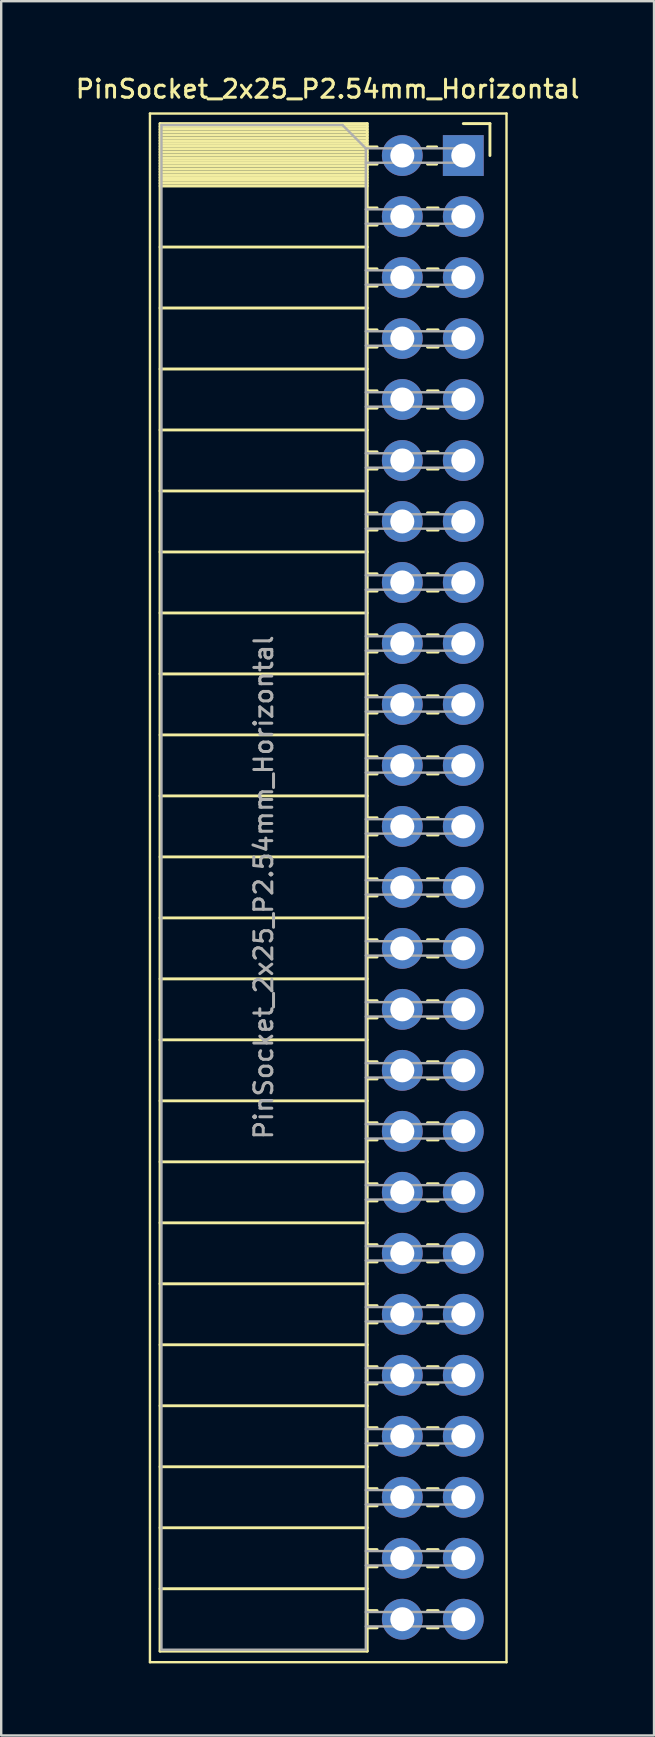
<source format=kicad_pcb>
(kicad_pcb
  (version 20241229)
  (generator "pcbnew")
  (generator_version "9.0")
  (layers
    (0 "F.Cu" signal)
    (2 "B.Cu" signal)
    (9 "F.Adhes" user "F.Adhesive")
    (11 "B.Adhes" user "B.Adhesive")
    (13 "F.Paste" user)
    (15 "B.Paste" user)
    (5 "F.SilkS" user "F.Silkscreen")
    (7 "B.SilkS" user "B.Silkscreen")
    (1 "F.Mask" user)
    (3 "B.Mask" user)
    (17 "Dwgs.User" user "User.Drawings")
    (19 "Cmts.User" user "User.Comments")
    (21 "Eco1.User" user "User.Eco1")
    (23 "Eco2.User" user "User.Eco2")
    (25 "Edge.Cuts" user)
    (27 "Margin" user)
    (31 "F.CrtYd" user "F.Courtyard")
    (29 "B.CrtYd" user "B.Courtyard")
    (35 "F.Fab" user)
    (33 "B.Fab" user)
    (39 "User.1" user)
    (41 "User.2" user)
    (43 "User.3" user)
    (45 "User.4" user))
  (footprint "PinSocket_2x25_P2.54mm_Horizontal"
    (layer "F.Cu")
    (at 16.245 3.428)
    (property "Reference" "PinSocket_2x25_P2.54mm_Horizontal" (at -5.65 -2.77 0) (layer "F.SilkS") (effects (font (size 0.75 0.75) (thickness 0.125))))
    (attr through_hole)
    (fp_line (start -13.05 -1.75) (end -13.05 62.75) (stroke (width 0.1) (type solid)) (layer "F.SilkS"))
    (fp_line (start -13.05 62.75) (end 1.8 62.75) (stroke (width 0.1) (type solid)) (layer "F.SilkS"))
    (fp_line (start -12.63 -1.33) (end -12.63 62.29) (stroke (width 0.12) (type solid)) (layer "F.SilkS"))
    (fp_line (start -12.63 -1.33) (end -4 -1.33) (stroke (width 0.12) (type solid)) (layer "F.SilkS"))
    (fp_line (start -12.63 -1.21) (end -4 -1.21) (stroke (width 0.12) (type solid)) (layer "F.SilkS"))
    (fp_line (start -12.63 -1.092) (end -4 -1.092) (stroke (width 0.12) (type solid)) (layer "F.SilkS"))
    (fp_line (start -12.63 -0.974) (end -4 -0.974) (stroke (width 0.12) (type solid)) (layer "F.SilkS"))
    (fp_line (start -12.63 -0.856) (end -4 -0.856) (stroke (width 0.12) (type solid)) (layer "F.SilkS"))
    (fp_line (start -12.63 -0.738) (end -4 -0.738) (stroke (width 0.12) (type solid)) (layer "F.SilkS"))
    (fp_line (start -12.63 -0.62) (end -4 -0.62) (stroke (width 0.12) (type solid)) (layer "F.SilkS"))
    (fp_line (start -12.63 -0.501) (end -4 -0.501) (stroke (width 0.12) (type solid)) (layer "F.SilkS"))
    (fp_line (start -12.63 -0.383) (end -4 -0.383) (stroke (width 0.12) (type solid)) (layer "F.SilkS"))
    (fp_line (start -12.63 -0.265) (end -4 -0.265) (stroke (width 0.12) (type solid)) (layer "F.SilkS"))
    (fp_line (start -12.63 -0.147) (end -4 -0.147) (stroke (width 0.12) (type solid)) (layer "F.SilkS"))
    (fp_line (start -12.63 -0.029) (end -4 -0.029) (stroke (width 0.12) (type solid)) (layer "F.SilkS"))
    (fp_line (start -12.63 0.089) (end -4 0.089) (stroke (width 0.12) (type solid)) (layer "F.SilkS"))
    (fp_line (start -12.63 0.207) (end -4 0.207) (stroke (width 0.12) (type solid)) (layer "F.SilkS"))
    (fp_line (start -12.63 0.325) (end -4 0.325) (stroke (width 0.12) (type solid)) (layer "F.SilkS"))
    (fp_line (start -12.63 0.443) (end -4 0.443) (stroke (width 0.12) (type solid)) (layer "F.SilkS"))
    (fp_line (start -12.63 0.561) (end -4 0.561) (stroke (width 0.12) (type solid)) (layer "F.SilkS"))
    (fp_line (start -12.63 0.68) (end -4 0.68) (stroke (width 0.12) (type solid)) (layer "F.SilkS"))
    (fp_line (start -12.63 0.798) (end -4 0.798) (stroke (width 0.12) (type solid)) (layer "F.SilkS"))
    (fp_line (start -12.63 0.916) (end -4 0.916) (stroke (width 0.12) (type solid)) (layer "F.SilkS"))
    (fp_line (start -12.63 1.034) (end -4 1.034) (stroke (width 0.12) (type solid)) (layer "F.SilkS"))
    (fp_line (start -12.63 1.152) (end -4 1.152) (stroke (width 0.12) (type solid)) (layer "F.SilkS"))
    (fp_line (start -12.63 1.27) (end -4 1.27) (stroke (width 0.12) (type solid)) (layer "F.SilkS"))
    (fp_line (start -12.63 3.81) (end -4 3.81) (stroke (width 0.12) (type solid)) (layer "F.SilkS"))
    (fp_line (start -12.63 6.35) (end -4 6.35) (stroke (width 0.12) (type solid)) (layer "F.SilkS"))
    (fp_line (start -12.63 8.89) (end -4 8.89) (stroke (width 0.12) (type solid)) (layer "F.SilkS"))
    (fp_line (start -12.63 11.43) (end -4 11.43) (stroke (width 0.12) (type solid)) (layer "F.SilkS"))
    (fp_line (start -12.63 13.97) (end -4 13.97) (stroke (width 0.12) (type solid)) (layer "F.SilkS"))
    (fp_line (start -12.63 16.51) (end -4 16.51) (stroke (width 0.12) (type solid)) (layer "F.SilkS"))
    (fp_line (start -12.63 19.05) (end -4 19.05) (stroke (width 0.12) (type solid)) (layer "F.SilkS"))
    (fp_line (start -12.63 21.59) (end -4 21.59) (stroke (width 0.12) (type solid)) (layer "F.SilkS"))
    (fp_line (start -12.63 24.13) (end -4 24.13) (stroke (width 0.12) (type solid)) (layer "F.SilkS"))
    (fp_line (start -12.63 26.67) (end -4 26.67) (stroke (width 0.12) (type solid)) (layer "F.SilkS"))
    (fp_line (start -12.63 29.21) (end -4 29.21) (stroke (width 0.12) (type solid)) (layer "F.SilkS"))
    (fp_line (start -12.63 31.75) (end -4 31.75) (stroke (width 0.12) (type solid)) (layer "F.SilkS"))
    (fp_line (start -12.63 34.29) (end -4 34.29) (stroke (width 0.12) (type solid)) (layer "F.SilkS"))
    (fp_line (start -12.63 36.83) (end -4 36.83) (stroke (width 0.12) (type solid)) (layer "F.SilkS"))
    (fp_line (start -12.63 39.37) (end -4 39.37) (stroke (width 0.12) (type solid)) (layer "F.SilkS"))
    (fp_line (start -12.63 41.91) (end -4 41.91) (stroke (width 0.12) (type solid)) (layer "F.SilkS"))
    (fp_line (start -12.63 44.45) (end -4 44.45) (stroke (width 0.12) (type solid)) (layer "F.SilkS"))
    (fp_line (start -12.63 46.99) (end -4 46.99) (stroke (width 0.12) (type solid)) (layer "F.SilkS"))
    (fp_line (start -12.63 49.53) (end -4 49.53) (stroke (width 0.12) (type solid)) (layer "F.SilkS"))
    (fp_line (start -12.63 52.07) (end -4 52.07) (stroke (width 0.12) (type solid)) (layer "F.SilkS"))
    (fp_line (start -12.63 54.61) (end -4 54.61) (stroke (width 0.12) (type solid)) (layer "F.SilkS"))
    (fp_line (start -12.63 57.15) (end -4 57.15) (stroke (width 0.12) (type solid)) (layer "F.SilkS"))
    (fp_line (start -12.63 59.69) (end -4 59.69) (stroke (width 0.12) (type solid)) (layer "F.SilkS"))
    (fp_line (start -12.63 62.29) (end -4 62.29) (stroke (width 0.12) (type solid)) (layer "F.SilkS"))
    (fp_line (start -4 -1.33) (end -4 62.29) (stroke (width 0.12) (type solid)) (layer "F.SilkS"))
    (fp_line (start -4 -0.36) (end -3.59 -0.36) (stroke (width 0.12) (type solid)) (layer "F.SilkS"))
    (fp_line (start -4 0.36) (end -3.59 0.36) (stroke (width 0.12) (type solid)) (layer "F.SilkS"))
    (fp_line (start -4 2.18) (end -3.59 2.18) (stroke (width 0.12) (type solid)) (layer "F.SilkS"))
    (fp_line (start -4 2.9) (end -3.59 2.9) (stroke (width 0.12) (type solid)) (layer "F.SilkS"))
    (fp_line (start -4 4.72) (end -3.59 4.72) (stroke (width 0.12) (type solid)) (layer "F.SilkS"))
    (fp_line (start -4 5.44) (end -3.59 5.44) (stroke (width 0.12) (type solid)) (layer "F.SilkS"))
    (fp_line (start -4 7.26) (end -3.59 7.26) (stroke (width 0.12) (type solid)) (layer "F.SilkS"))
    (fp_line (start -4 7.98) (end -3.59 7.98) (stroke (width 0.12) (type solid)) (layer "F.SilkS"))
    (fp_line (start -4 9.8) (end -3.59 9.8) (stroke (width 0.12) (type solid)) (layer "F.SilkS"))
    (fp_line (start -4 10.52) (end -3.59 10.52) (stroke (width 0.12) (type solid)) (layer "F.SilkS"))
    (fp_line (start -4 12.34) (end -3.59 12.34) (stroke (width 0.12) (type solid)) (layer "F.SilkS"))
    (fp_line (start -4 13.06) (end -3.59 13.06) (stroke (width 0.12) (type solid)) (layer "F.SilkS"))
    (fp_line (start -4 14.88) (end -3.59 14.88) (stroke (width 0.12) (type solid)) (layer "F.SilkS"))
    (fp_line (start -4 15.6) (end -3.59 15.6) (stroke (width 0.12) (type solid)) (layer "F.SilkS"))
    (fp_line (start -4 17.42) (end -3.59 17.42) (stroke (width 0.12) (type solid)) (layer "F.SilkS"))
    (fp_line (start -4 18.14) (end -3.59 18.14) (stroke (width 0.12) (type solid)) (layer "F.SilkS"))
    (fp_line (start -4 19.96) (end -3.59 19.96) (stroke (width 0.12) (type solid)) (layer "F.SilkS"))
    (fp_line (start -4 20.68) (end -3.59 20.68) (stroke (width 0.12) (type solid)) (layer "F.SilkS"))
    (fp_line (start -4 22.5) (end -3.59 22.5) (stroke (width 0.12) (type solid)) (layer "F.SilkS"))
    (fp_line (start -4 23.22) (end -3.59 23.22) (stroke (width 0.12) (type solid)) (layer "F.SilkS"))
    (fp_line (start -4 25.04) (end -3.59 25.04) (stroke (width 0.12) (type solid)) (layer "F.SilkS"))
    (fp_line (start -4 25.76) (end -3.59 25.76) (stroke (width 0.12) (type solid)) (layer "F.SilkS"))
    (fp_line (start -4 27.58) (end -3.59 27.58) (stroke (width 0.12) (type solid)) (layer "F.SilkS"))
    (fp_line (start -4 28.3) (end -3.59 28.3) (stroke (width 0.12) (type solid)) (layer "F.SilkS"))
    (fp_line (start -4 30.12) (end -3.59 30.12) (stroke (width 0.12) (type solid)) (layer "F.SilkS"))
    (fp_line (start -4 30.84) (end -3.59 30.84) (stroke (width 0.12) (type solid)) (layer "F.SilkS"))
    (fp_line (start -4 32.66) (end -3.59 32.66) (stroke (width 0.12) (type solid)) (layer "F.SilkS"))
    (fp_line (start -4 33.38) (end -3.59 33.38) (stroke (width 0.12) (type solid)) (layer "F.SilkS"))
    (fp_line (start -4 35.2) (end -3.59 35.2) (stroke (width 0.12) (type solid)) (layer "F.SilkS"))
    (fp_line (start -4 35.92) (end -3.59 35.92) (stroke (width 0.12) (type solid)) (layer "F.SilkS"))
    (fp_line (start -4 37.74) (end -3.59 37.74) (stroke (width 0.12) (type solid)) (layer "F.SilkS"))
    (fp_line (start -4 38.46) (end -3.59 38.46) (stroke (width 0.12) (type solid)) (layer "F.SilkS"))
    (fp_line (start -4 40.28) (end -3.59 40.28) (stroke (width 0.12) (type solid)) (layer "F.SilkS"))
    (fp_line (start -4 41) (end -3.59 41) (stroke (width 0.12) (type solid)) (layer "F.SilkS"))
    (fp_line (start -4 42.82) (end -3.59 42.82) (stroke (width 0.12) (type solid)) (layer "F.SilkS"))
    (fp_line (start -4 43.54) (end -3.59 43.54) (stroke (width 0.12) (type solid)) (layer "F.SilkS"))
    (fp_line (start -4 45.36) (end -3.59 45.36) (stroke (width 0.12) (type solid)) (layer "F.SilkS"))
    (fp_line (start -4 46.08) (end -3.59 46.08) (stroke (width 0.12) (type solid)) (layer "F.SilkS"))
    (fp_line (start -4 47.9) (end -3.59 47.9) (stroke (width 0.12) (type solid)) (layer "F.SilkS"))
    (fp_line (start -4 48.62) (end -3.59 48.62) (stroke (width 0.12) (type solid)) (layer "F.SilkS"))
    (fp_line (start -4 50.44) (end -3.59 50.44) (stroke (width 0.12) (type solid)) (layer "F.SilkS"))
    (fp_line (start -4 51.16) (end -3.59 51.16) (stroke (width 0.12) (type solid)) (layer "F.SilkS"))
    (fp_line (start -4 52.98) (end -3.59 52.98) (stroke (width 0.12) (type solid)) (layer "F.SilkS"))
    (fp_line (start -4 53.7) (end -3.59 53.7) (stroke (width 0.12) (type solid)) (layer "F.SilkS"))
    (fp_line (start -4 55.52) (end -3.59 55.52) (stroke (width 0.12) (type solid)) (layer "F.SilkS"))
    (fp_line (start -4 56.24) (end -3.59 56.24) (stroke (width 0.12) (type solid)) (layer "F.SilkS"))
    (fp_line (start -4 58.06) (end -3.59 58.06) (stroke (width 0.12) (type solid)) (layer "F.SilkS"))
    (fp_line (start -4 58.78) (end -3.59 58.78) (stroke (width 0.12) (type solid)) (layer "F.SilkS"))
    (fp_line (start -4 60.6) (end -3.59 60.6) (stroke (width 0.12) (type solid)) (layer "F.SilkS"))
    (fp_line (start -4 61.32) (end -3.59 61.32) (stroke (width 0.12) (type solid)) (layer "F.SilkS"))
    (fp_line (start -1.49 -0.36) (end -1.11 -0.36) (stroke (width 0.12) (type solid)) (layer "F.SilkS"))
    (fp_line (start -1.49 0.36) (end -1.11 0.36) (stroke (width 0.12) (type solid)) (layer "F.SilkS"))
    (fp_line (start -1.49 2.18) (end -1.05 2.18) (stroke (width 0.12) (type solid)) (layer "F.SilkS"))
    (fp_line (start -1.49 2.9) (end -1.05 2.9) (stroke (width 0.12) (type solid)) (layer "F.SilkS"))
    (fp_line (start -1.49 4.72) (end -1.05 4.72) (stroke (width 0.12) (type solid)) (layer "F.SilkS"))
    (fp_line (start -1.49 5.44) (end -1.05 5.44) (stroke (width 0.12) (type solid)) (layer "F.SilkS"))
    (fp_line (start -1.49 7.26) (end -1.05 7.26) (stroke (width 0.12) (type solid)) (layer "F.SilkS"))
    (fp_line (start -1.49 7.98) (end -1.05 7.98) (stroke (width 0.12) (type solid)) (layer "F.SilkS"))
    (fp_line (start -1.49 9.8) (end -1.05 9.8) (stroke (width 0.12) (type solid)) (layer "F.SilkS"))
    (fp_line (start -1.49 10.52) (end -1.05 10.52) (stroke (width 0.12) (type solid)) (layer "F.SilkS"))
    (fp_line (start -1.49 12.34) (end -1.05 12.34) (stroke (width 0.12) (type solid)) (layer "F.SilkS"))
    (fp_line (start -1.49 13.06) (end -1.05 13.06) (stroke (width 0.12) (type solid)) (layer "F.SilkS"))
    (fp_line (start -1.49 14.88) (end -1.05 14.88) (stroke (width 0.12) (type solid)) (layer "F.SilkS"))
    (fp_line (start -1.49 15.6) (end -1.05 15.6) (stroke (width 0.12) (type solid)) (layer "F.SilkS"))
    (fp_line (start -1.49 17.42) (end -1.05 17.42) (stroke (width 0.12) (type solid)) (layer "F.SilkS"))
    (fp_line (start -1.49 18.14) (end -1.05 18.14) (stroke (width 0.12) (type solid)) (layer "F.SilkS"))
    (fp_line (start -1.49 19.96) (end -1.05 19.96) (stroke (width 0.12) (type solid)) (layer "F.SilkS"))
    (fp_line (start -1.49 20.68) (end -1.05 20.68) (stroke (width 0.12) (type solid)) (layer "F.SilkS"))
    (fp_line (start -1.49 22.5) (end -1.05 22.5) (stroke (width 0.12) (type solid)) (layer "F.SilkS"))
    (fp_line (start -1.49 23.22) (end -1.05 23.22) (stroke (width 0.12) (type solid)) (layer "F.SilkS"))
    (fp_line (start -1.49 25.04) (end -1.05 25.04) (stroke (width 0.12) (type solid)) (layer "F.SilkS"))
    (fp_line (start -1.49 25.76) (end -1.05 25.76) (stroke (width 0.12) (type solid)) (layer "F.SilkS"))
    (fp_line (start -1.49 27.58) (end -1.05 27.58) (stroke (width 0.12) (type solid)) (layer "F.SilkS"))
    (fp_line (start -1.49 28.3) (end -1.05 28.3) (stroke (width 0.12) (type solid)) (layer "F.SilkS"))
    (fp_line (start -1.49 30.12) (end -1.05 30.12) (stroke (width 0.12) (type solid)) (layer "F.SilkS"))
    (fp_line (start -1.49 30.84) (end -1.05 30.84) (stroke (width 0.12) (type solid)) (layer "F.SilkS"))
    (fp_line (start -1.49 32.66) (end -1.05 32.66) (stroke (width 0.12) (type solid)) (layer "F.SilkS"))
    (fp_line (start -1.49 33.38) (end -1.05 33.38) (stroke (width 0.12) (type solid)) (layer "F.SilkS"))
    (fp_line (start -1.49 35.2) (end -1.05 35.2) (stroke (width 0.12) (type solid)) (layer "F.SilkS"))
    (fp_line (start -1.49 35.92) (end -1.05 35.92) (stroke (width 0.12) (type solid)) (layer "F.SilkS"))
    (fp_line (start -1.49 37.74) (end -1.05 37.74) (stroke (width 0.12) (type solid)) (layer "F.SilkS"))
    (fp_line (start -1.49 38.46) (end -1.05 38.46) (stroke (width 0.12) (type solid)) (layer "F.SilkS"))
    (fp_line (start -1.49 40.28) (end -1.05 40.28) (stroke (width 0.12) (type solid)) (layer "F.SilkS"))
    (fp_line (start -1.49 41) (end -1.05 41) (stroke (width 0.12) (type solid)) (layer "F.SilkS"))
    (fp_line (start -1.49 42.82) (end -1.05 42.82) (stroke (width 0.12) (type solid)) (layer "F.SilkS"))
    (fp_line (start -1.49 43.54) (end -1.05 43.54) (stroke (width 0.12) (type solid)) (layer "F.SilkS"))
    (fp_line (start -1.49 45.36) (end -1.05 45.36) (stroke (width 0.12) (type solid)) (layer "F.SilkS"))
    (fp_line (start -1.49 46.08) (end -1.05 46.08) (stroke (width 0.12) (type solid)) (layer "F.SilkS"))
    (fp_line (start -1.49 47.9) (end -1.05 47.9) (stroke (width 0.12) (type solid)) (layer "F.SilkS"))
    (fp_line (start -1.49 48.62) (end -1.05 48.62) (stroke (width 0.12) (type solid)) (layer "F.SilkS"))
    (fp_line (start -1.49 50.44) (end -1.05 50.44) (stroke (width 0.12) (type solid)) (layer "F.SilkS"))
    (fp_line (start -1.49 51.16) (end -1.05 51.16) (stroke (width 0.12) (type solid)) (layer "F.SilkS"))
    (fp_line (start -1.49 52.98) (end -1.05 52.98) (stroke (width 0.12) (type solid)) (layer "F.SilkS"))
    (fp_line (start -1.49 53.7) (end -1.05 53.7) (stroke (width 0.12) (type solid)) (layer "F.SilkS"))
    (fp_line (start -1.49 55.52) (end -1.05 55.52) (stroke (width 0.12) (type solid)) (layer "F.SilkS"))
    (fp_line (start -1.49 56.24) (end -1.05 56.24) (stroke (width 0.12) (type solid)) (layer "F.SilkS"))
    (fp_line (start -1.49 58.06) (end -1.05 58.06) (stroke (width 0.12) (type solid)) (layer "F.SilkS"))
    (fp_line (start -1.49 58.78) (end -1.05 58.78) (stroke (width 0.12) (type solid)) (layer "F.SilkS"))
    (fp_line (start -1.49 60.6) (end -1.05 60.6) (stroke (width 0.12) (type solid)) (layer "F.SilkS"))
    (fp_line (start -1.49 61.32) (end -1.05 61.32) (stroke (width 0.12) (type solid)) (layer "F.SilkS"))
    (fp_line (start 0 -1.33) (end 1.11 -1.33) (stroke (width 0.12) (type solid)) (layer "F.SilkS"))
    (fp_line (start 1.11 -1.33) (end 1.11 0) (stroke (width 0.12) (type solid)) (layer "F.SilkS"))
    (fp_line (start 1.8 -1.75) (end -13.05 -1.75) (stroke (width 0.1) (type solid)) (layer "F.SilkS"))
    (fp_line (start 1.8 62.75) (end 1.8 -1.75) (stroke (width 0.1) (type solid)) (layer "F.SilkS"))
    (fp_line (start -12.57 -1.27) (end -5.03 -1.27) (stroke (width 0.1) (type solid)) (layer "F.Fab"))
    (fp_line (start -12.57 62.23) (end -12.57 -1.27) (stroke (width 0.1) (type solid)) (layer "F.Fab"))
    (fp_line (start -5.03 -1.27) (end -4.06 -0.3) (stroke (width 0.1) (type solid)) (layer "F.Fab"))
    (fp_line (start -4.06 -0.3) (end -4.06 62.23) (stroke (width 0.1) (type solid)) (layer "F.Fab"))
    (fp_line (start -4.06 0.3) (end 0 0.3) (stroke (width 0.1) (type solid)) (layer "F.Fab"))
    (fp_line (start -4.06 2.84) (end 0 2.84) (stroke (width 0.1) (type solid)) (layer "F.Fab"))
    (fp_line (start -4.06 5.38) (end 0 5.38) (stroke (width 0.1) (type solid)) (layer "F.Fab"))
    (fp_line (start -4.06 7.92) (end 0 7.92) (stroke (width 0.1) (type solid)) (layer "F.Fab"))
    (fp_line (start -4.06 10.46) (end 0 10.46) (stroke (width 0.1) (type solid)) (layer "F.Fab"))
    (fp_line (start -4.06 13) (end 0 13) (stroke (width 0.1) (type solid)) (layer "F.Fab"))
    (fp_line (start -4.06 15.54) (end 0 15.54) (stroke (width 0.1) (type solid)) (layer "F.Fab"))
    (fp_line (start -4.06 18.08) (end 0 18.08) (stroke (width 0.1) (type solid)) (layer "F.Fab"))
    (fp_line (start -4.06 20.62) (end 0 20.62) (stroke (width 0.1) (type solid)) (layer "F.Fab"))
    (fp_line (start -4.06 23.16) (end 0 23.16) (stroke (width 0.1) (type solid)) (layer "F.Fab"))
    (fp_line (start -4.06 25.7) (end 0 25.7) (stroke (width 0.1) (type solid)) (layer "F.Fab"))
    (fp_line (start -4.06 28.24) (end 0 28.24) (stroke (width 0.1) (type solid)) (layer "F.Fab"))
    (fp_line (start -4.06 30.78) (end 0 30.78) (stroke (width 0.1) (type solid)) (layer "F.Fab"))
    (fp_line (start -4.06 33.32) (end 0 33.32) (stroke (width 0.1) (type solid)) (layer "F.Fab"))
    (fp_line (start -4.06 35.86) (end 0 35.86) (stroke (width 0.1) (type solid)) (layer "F.Fab"))
    (fp_line (start -4.06 38.4) (end 0 38.4) (stroke (width 0.1) (type solid)) (layer "F.Fab"))
    (fp_line (start -4.06 40.94) (end 0 40.94) (stroke (width 0.1) (type solid)) (layer "F.Fab"))
    (fp_line (start -4.06 43.48) (end 0 43.48) (stroke (width 0.1) (type solid)) (layer "F.Fab"))
    (fp_line (start -4.06 46.02) (end 0 46.02) (stroke (width 0.1) (type solid)) (layer "F.Fab"))
    (fp_line (start -4.06 48.56) (end 0 48.56) (stroke (width 0.1) (type solid)) (layer "F.Fab"))
    (fp_line (start -4.06 51.1) (end 0 51.1) (stroke (width 0.1) (type solid)) (layer "F.Fab"))
    (fp_line (start -4.06 53.64) (end 0 53.64) (stroke (width 0.1) (type solid)) (layer "F.Fab"))
    (fp_line (start -4.06 56.18) (end 0 56.18) (stroke (width 0.1) (type solid)) (layer "F.Fab"))
    (fp_line (start -4.06 58.72) (end 0 58.72) (stroke (width 0.1) (type solid)) (layer "F.Fab"))
    (fp_line (start -4.06 61.26) (end 0 61.26) (stroke (width 0.1) (type solid)) (layer "F.Fab"))
    (fp_line (start -4.06 62.23) (end -12.57 62.23) (stroke (width 0.1) (type solid)) (layer "F.Fab"))
    (fp_line (start 0 -0.3) (end -4.06 -0.3) (stroke (width 0.1) (type solid)) (layer "F.Fab"))
    (fp_line (start 0 0.3) (end 0 -0.3) (stroke (width 0.1) (type solid)) (layer "F.Fab"))
    (fp_line (start 0 2.24) (end -4.06 2.24) (stroke (width 0.1) (type solid)) (layer "F.Fab"))
    (fp_line (start 0 2.84) (end 0 2.24) (stroke (width 0.1) (type solid)) (layer "F.Fab"))
    (fp_line (start 0 4.78) (end -4.06 4.78) (stroke (width 0.1) (type solid)) (layer "F.Fab"))
    (fp_line (start 0 5.38) (end 0 4.78) (stroke (width 0.1) (type solid)) (layer "F.Fab"))
    (fp_line (start 0 7.32) (end -4.06 7.32) (stroke (width 0.1) (type solid)) (layer "F.Fab"))
    (fp_line (start 0 7.92) (end 0 7.32) (stroke (width 0.1) (type solid)) (layer "F.Fab"))
    (fp_line (start 0 9.86) (end -4.06 9.86) (stroke (width 0.1) (type solid)) (layer "F.Fab"))
    (fp_line (start 0 10.46) (end 0 9.86) (stroke (width 0.1) (type solid)) (layer "F.Fab"))
    (fp_line (start 0 12.4) (end -4.06 12.4) (stroke (width 0.1) (type solid)) (layer "F.Fab"))
    (fp_line (start 0 13) (end 0 12.4) (stroke (width 0.1) (type solid)) (layer "F.Fab"))
    (fp_line (start 0 14.94) (end -4.06 14.94) (stroke (width 0.1) (type solid)) (layer "F.Fab"))
    (fp_line (start 0 15.54) (end 0 14.94) (stroke (width 0.1) (type solid)) (layer "F.Fab"))
    (fp_line (start 0 17.48) (end -4.06 17.48) (stroke (width 0.1) (type solid)) (layer "F.Fab"))
    (fp_line (start 0 18.08) (end 0 17.48) (stroke (width 0.1) (type solid)) (layer "F.Fab"))
    (fp_line (start 0 20.02) (end -4.06 20.02) (stroke (width 0.1) (type solid)) (layer "F.Fab"))
    (fp_line (start 0 20.62) (end 0 20.02) (stroke (width 0.1) (type solid)) (layer "F.Fab"))
    (fp_line (start 0 22.56) (end -4.06 22.56) (stroke (width 0.1) (type solid)) (layer "F.Fab"))
    (fp_line (start 0 23.16) (end 0 22.56) (stroke (width 0.1) (type solid)) (layer "F.Fab"))
    (fp_line (start 0 25.1) (end -4.06 25.1) (stroke (width 0.1) (type solid)) (layer "F.Fab"))
    (fp_line (start 0 25.7) (end 0 25.1) (stroke (width 0.1) (type solid)) (layer "F.Fab"))
    (fp_line (start 0 27.64) (end -4.06 27.64) (stroke (width 0.1) (type solid)) (layer "F.Fab"))
    (fp_line (start 0 28.24) (end 0 27.64) (stroke (width 0.1) (type solid)) (layer "F.Fab"))
    (fp_line (start 0 30.18) (end -4.06 30.18) (stroke (width 0.1) (type solid)) (layer "F.Fab"))
    (fp_line (start 0 30.78) (end 0 30.18) (stroke (width 0.1) (type solid)) (layer "F.Fab"))
    (fp_line (start 0 32.72) (end -4.06 32.72) (stroke (width 0.1) (type solid)) (layer "F.Fab"))
    (fp_line (start 0 33.32) (end 0 32.72) (stroke (width 0.1) (type solid)) (layer "F.Fab"))
    (fp_line (start 0 35.26) (end -4.06 35.26) (stroke (width 0.1) (type solid)) (layer "F.Fab"))
    (fp_line (start 0 35.86) (end 0 35.26) (stroke (width 0.1) (type solid)) (layer "F.Fab"))
    (fp_line (start 0 37.8) (end -4.06 37.8) (stroke (width 0.1) (type solid)) (layer "F.Fab"))
    (fp_line (start 0 38.4) (end 0 37.8) (stroke (width 0.1) (type solid)) (layer "F.Fab"))
    (fp_line (start 0 40.34) (end -4.06 40.34) (stroke (width 0.1) (type solid)) (layer "F.Fab"))
    (fp_line (start 0 40.94) (end 0 40.34) (stroke (width 0.1) (type solid)) (layer "F.Fab"))
    (fp_line (start 0 42.88) (end -4.06 42.88) (stroke (width 0.1) (type solid)) (layer "F.Fab"))
    (fp_line (start 0 43.48) (end 0 42.88) (stroke (width 0.1) (type solid)) (layer "F.Fab"))
    (fp_line (start 0 45.42) (end -4.06 45.42) (stroke (width 0.1) (type solid)) (layer "F.Fab"))
    (fp_line (start 0 46.02) (end 0 45.42) (stroke (width 0.1) (type solid)) (layer "F.Fab"))
    (fp_line (start 0 47.96) (end -4.06 47.96) (stroke (width 0.1) (type solid)) (layer "F.Fab"))
    (fp_line (start 0 48.56) (end 0 47.96) (stroke (width 0.1) (type solid)) (layer "F.Fab"))
    (fp_line (start 0 50.5) (end -4.06 50.5) (stroke (width 0.1) (type solid)) (layer "F.Fab"))
    (fp_line (start 0 51.1) (end 0 50.5) (stroke (width 0.1) (type solid)) (layer "F.Fab"))
    (fp_line (start 0 53.04) (end -4.06 53.04) (stroke (width 0.1) (type solid)) (layer "F.Fab"))
    (fp_line (start 0 53.64) (end 0 53.04) (stroke (width 0.1) (type solid)) (layer "F.Fab"))
    (fp_line (start 0 55.58) (end -4.06 55.58) (stroke (width 0.1) (type solid)) (layer "F.Fab"))
    (fp_line (start 0 56.18) (end 0 55.58) (stroke (width 0.1) (type solid)) (layer "F.Fab"))
    (fp_line (start 0 58.12) (end -4.06 58.12) (stroke (width 0.1) (type solid)) (layer "F.Fab"))
    (fp_line (start 0 58.72) (end 0 58.12) (stroke (width 0.1) (type solid)) (layer "F.Fab"))
    (fp_line (start 0 60.66) (end -4.06 60.66) (stroke (width 0.1) (type solid)) (layer "F.Fab"))
    (fp_line (start 0 61.26) (end 0 60.66) (stroke (width 0.1) (type solid)) (layer "F.Fab"))
    (fp_text user "${REFERENCE}" (at -8.315 30.48 90) (layer "F.Fab") (effects (font (size 0.75 0.75) (thickness 0.125))))
    (pad "1" thru_hole rect (at 0 0) (size 1.7 1.7) (drill 1) (layers "*.Cu" "*.Mask"))
    (pad "2" thru_hole oval (at -2.54 0) (size 1.7 1.7) (drill 1) (layers "*.Cu" "*.Mask"))
    (pad "3" thru_hole oval (at 0 2.54) (size 1.7 1.7) (drill 1) (layers "*.Cu" "*.Mask"))
    (pad "4" thru_hole oval (at -2.54 2.54) (size 1.7 1.7) (drill 1) (layers "*.Cu" "*.Mask"))
    (pad "5" thru_hole oval (at 0 5.08) (size 1.7 1.7) (drill 1) (layers "*.Cu" "*.Mask"))
    (pad "6" thru_hole oval (at -2.54 5.08) (size 1.7 1.7) (drill 1) (layers "*.Cu" "*.Mask"))
    (pad "7" thru_hole oval (at 0 7.62) (size 1.7 1.7) (drill 1) (layers "*.Cu" "*.Mask"))
    (pad "8" thru_hole oval (at -2.54 7.62) (size 1.7 1.7) (drill 1) (layers "*.Cu" "*.Mask"))
    (pad "9" thru_hole oval (at 0 10.16) (size 1.7 1.7) (drill 1) (layers "*.Cu" "*.Mask"))
    (pad "10" thru_hole oval (at -2.54 10.16) (size 1.7 1.7) (drill 1) (layers "*.Cu" "*.Mask"))
    (pad "11" thru_hole oval (at 0 12.7) (size 1.7 1.7) (drill 1) (layers "*.Cu" "*.Mask"))
    (pad "12" thru_hole oval (at -2.54 12.7) (size 1.7 1.7) (drill 1) (layers "*.Cu" "*.Mask"))
    (pad "13" thru_hole oval (at 0 15.24) (size 1.7 1.7) (drill 1) (layers "*.Cu" "*.Mask"))
    (pad "14" thru_hole oval (at -2.54 15.24) (size 1.7 1.7) (drill 1) (layers "*.Cu" "*.Mask"))
    (pad "15" thru_hole oval (at 0 17.78) (size 1.7 1.7) (drill 1) (layers "*.Cu" "*.Mask"))
    (pad "16" thru_hole oval (at -2.54 17.78) (size 1.7 1.7) (drill 1) (layers "*.Cu" "*.Mask"))
    (pad "17" thru_hole oval (at 0 20.32) (size 1.7 1.7) (drill 1) (layers "*.Cu" "*.Mask"))
    (pad "18" thru_hole oval (at -2.54 20.32) (size 1.7 1.7) (drill 1) (layers "*.Cu" "*.Mask"))
    (pad "19" thru_hole oval (at 0 22.86) (size 1.7 1.7) (drill 1) (layers "*.Cu" "*.Mask"))
    (pad "20" thru_hole oval (at -2.54 22.86) (size 1.7 1.7) (drill 1) (layers "*.Cu" "*.Mask"))
    (pad "21" thru_hole oval (at 0 25.4) (size 1.7 1.7) (drill 1) (layers "*.Cu" "*.Mask"))
    (pad "22" thru_hole oval (at -2.54 25.4) (size 1.7 1.7) (drill 1) (layers "*.Cu" "*.Mask"))
    (pad "23" thru_hole oval (at 0 27.94) (size 1.7 1.7) (drill 1) (layers "*.Cu" "*.Mask"))
    (pad "24" thru_hole oval (at -2.54 27.94) (size 1.7 1.7) (drill 1) (layers "*.Cu" "*.Mask"))
    (pad "25" thru_hole oval (at 0 30.48) (size 1.7 1.7) (drill 1) (layers "*.Cu" "*.Mask"))
    (pad "26" thru_hole oval (at -2.54 30.48) (size 1.7 1.7) (drill 1) (layers "*.Cu" "*.Mask"))
    (pad "27" thru_hole oval (at 0 33.02) (size 1.7 1.7) (drill 1) (layers "*.Cu" "*.Mask"))
    (pad "28" thru_hole oval (at -2.54 33.02) (size 1.7 1.7) (drill 1) (layers "*.Cu" "*.Mask"))
    (pad "29" thru_hole oval (at 0 35.56) (size 1.7 1.7) (drill 1) (layers "*.Cu" "*.Mask"))
    (pad "30" thru_hole oval (at -2.54 35.56) (size 1.7 1.7) (drill 1) (layers "*.Cu" "*.Mask"))
    (pad "31" thru_hole oval (at 0 38.1) (size 1.7 1.7) (drill 1) (layers "*.Cu" "*.Mask"))
    (pad "32" thru_hole oval (at -2.54 38.1) (size 1.7 1.7) (drill 1) (layers "*.Cu" "*.Mask"))
    (pad "33" thru_hole oval (at 0 40.64) (size 1.7 1.7) (drill 1) (layers "*.Cu" "*.Mask"))
    (pad "34" thru_hole oval (at -2.54 40.64) (size 1.7 1.7) (drill 1) (layers "*.Cu" "*.Mask"))
    (pad "35" thru_hole oval (at 0 43.18) (size 1.7 1.7) (drill 1) (layers "*.Cu" "*.Mask"))
    (pad "36" thru_hole oval (at -2.54 43.18) (size 1.7 1.7) (drill 1) (layers "*.Cu" "*.Mask"))
    (pad "37" thru_hole oval (at 0 45.72) (size 1.7 1.7) (drill 1) (layers "*.Cu" "*.Mask"))
    (pad "38" thru_hole oval (at -2.54 45.72) (size 1.7 1.7) (drill 1) (layers "*.Cu" "*.Mask"))
    (pad "39" thru_hole oval (at 0 48.26) (size 1.7 1.7) (drill 1) (layers "*.Cu" "*.Mask"))
    (pad "40" thru_hole oval (at -2.54 48.26) (size 1.7 1.7) (drill 1) (layers "*.Cu" "*.Mask"))
    (pad "41" thru_hole oval (at 0 50.8) (size 1.7 1.7) (drill 1) (layers "*.Cu" "*.Mask"))
    (pad "42" thru_hole oval (at -2.54 50.8) (size 1.7 1.7) (drill 1) (layers "*.Cu" "*.Mask"))
    (pad "43" thru_hole oval (at 0 53.34) (size 1.7 1.7) (drill 1) (layers "*.Cu" "*.Mask"))
    (pad "44" thru_hole oval (at -2.54 53.34) (size 1.7 1.7) (drill 1) (layers "*.Cu" "*.Mask"))
    (pad "45" thru_hole oval (at 0 55.88) (size 1.7 1.7) (drill 1) (layers "*.Cu" "*.Mask"))
    (pad "46" thru_hole oval (at -2.54 55.88) (size 1.7 1.7) (drill 1) (layers "*.Cu" "*.Mask"))
    (pad "47" thru_hole oval (at 0 58.42) (size 1.7 1.7) (drill 1) (layers "*.Cu" "*.Mask"))
    (pad "48" thru_hole oval (at -2.54 58.42) (size 1.7 1.7) (drill 1) (layers "*.Cu" "*.Mask"))
    (pad "49" thru_hole oval (at 0 60.96) (size 1.7 1.7) (drill 1) (layers "*.Cu" "*.Mask"))
    (pad "50" thru_hole oval (at -2.54 60.96) (size 1.7 1.7) (drill 1) (layers "*.Cu" "*.Mask")))
  (gr_rect
    (start -3 -3)
    (end 24.189 69.228)
    (stroke (width 0.1) (type default))
    (fill no)
    (layer "Edge.Cuts")))
</source>
